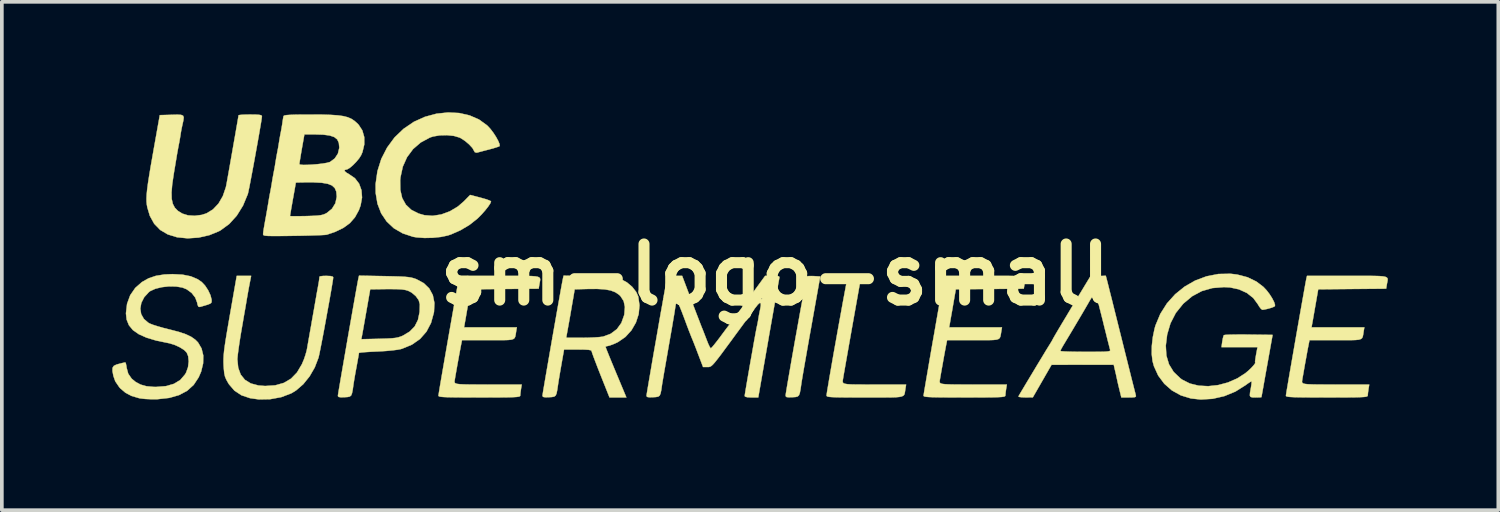
<source format=kicad_pcb>
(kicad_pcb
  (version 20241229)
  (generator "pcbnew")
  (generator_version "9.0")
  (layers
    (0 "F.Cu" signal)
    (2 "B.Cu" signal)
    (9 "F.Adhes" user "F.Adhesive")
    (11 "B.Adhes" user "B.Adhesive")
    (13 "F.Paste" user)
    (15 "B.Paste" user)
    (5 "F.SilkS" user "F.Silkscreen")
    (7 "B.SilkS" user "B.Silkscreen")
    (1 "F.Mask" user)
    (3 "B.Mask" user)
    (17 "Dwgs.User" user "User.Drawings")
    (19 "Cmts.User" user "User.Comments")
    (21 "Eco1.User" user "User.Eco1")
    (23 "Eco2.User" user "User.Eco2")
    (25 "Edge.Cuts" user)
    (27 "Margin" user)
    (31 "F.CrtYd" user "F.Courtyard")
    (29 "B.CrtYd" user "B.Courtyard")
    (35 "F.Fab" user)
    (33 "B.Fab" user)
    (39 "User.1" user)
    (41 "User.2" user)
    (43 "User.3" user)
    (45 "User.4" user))
  (footprint "sm-logo-small"
    (layer "F.Cu")
    (at 18.034 4.411)
    (property "Reference" "sm-logo-small" (at 0 0 0) (layer "F.SilkS") (effects (font (size 1.524 1.524) (thickness 0.3))))
    (attr through_hole)
    (fp_poly (pts (xy 1.022 0.038) (xy 1.194 0.048) (xy 0.948 1.429) (xy 0.895 1.722) (xy 0.846 2.001) (xy 0.801 2.258) (xy 0.761 2.485) (xy 0.728 2.676) (xy 0.703 2.824) (xy 0.687 2.921) (xy 0.682 2.953) (xy 0.66 3.108) (xy 0.64 3.212) (xy 0.616 3.275) (xy 0.58 3.308) (xy 0.525 3.322) (xy 0.443 3.327) (xy 0.435 3.327) (xy 0.332 3.33) (xy 0.277 3.322) (xy 0.257 3.3) (xy 0.255 3.28) (xy 0.26 3.234) (xy 0.276 3.135) (xy 0.3 2.989) (xy 0.332 2.803) (xy 0.37 2.585) (xy 0.412 2.341) (xy 0.458 2.08) (xy 0.506 1.808) (xy 0.556 1.532) (xy 0.605 1.259) (xy 0.652 0.997) (xy 0.697 0.753) (xy 0.737 0.533) (xy 0.772 0.346) (xy 0.8 0.198) (xy 0.821 0.096) (xy 0.832 0.048) (xy 0.833 0.045) (xy 0.872 0.038) (xy 0.953 0.036) (xy 1.022 0.038)) (stroke (width 0.01) (type solid)) (fill yes) (layer "F.SilkS"))
    (fp_poly (pts (xy 2.133 0.038) (xy 2.305 0.048) (xy 2.059 1.429) (xy 2.008 1.718) (xy 1.96 1.989) (xy 1.917 2.234) (xy 1.879 2.449) (xy 1.848 2.625) (xy 1.825 2.756) (xy 1.812 2.836) (xy 1.808 2.857) (xy 1.804 2.895) (xy 1.808 2.924) (xy 1.825 2.946) (xy 1.862 2.962) (xy 1.928 2.973) (xy 2.028 2.98) (xy 2.169 2.983) (xy 2.358 2.984) (xy 2.602 2.985) (xy 2.668 2.985) (xy 3.527 2.985) (xy 3.507 3.104) (xy 3.498 3.166) (xy 3.49 3.216) (xy 3.478 3.256) (xy 3.453 3.285) (xy 3.41 3.306) (xy 3.343 3.32) (xy 3.244 3.329) (xy 3.108 3.333) (xy 2.928 3.334) (xy 2.697 3.334) (xy 2.411 3.334) (xy 2.125 3.334) (xy 1.897 3.333) (xy 1.719 3.331) (xy 1.586 3.328) (xy 1.491 3.323) (xy 1.428 3.317) (xy 1.39 3.308) (xy 1.372 3.297) (xy 1.366 3.282) (xy 1.366 3.278) (xy 1.372 3.233) (xy 1.387 3.134) (xy 1.412 2.988) (xy 1.443 2.802) (xy 1.481 2.584) (xy 1.523 2.341) (xy 1.569 2.079) (xy 1.618 1.807) (xy 1.667 1.531) (xy 1.716 1.259) (xy 1.764 0.997) (xy 1.808 0.752) (xy 1.849 0.533) (xy 1.884 0.346) (xy 1.912 0.198) (xy 1.932 0.096) (xy 1.943 0.048) (xy 1.944 0.045) (xy 1.983 0.038) (xy 2.064 0.036) (xy 2.133 0.038)) (stroke (width 0.01) (type solid)) (fill yes) (layer "F.SilkS"))
    (fp_poly (pts (xy -8.612 -4.391) (xy -8.329 -4.326) (xy -8.074 -4.215) (xy -7.856 -4.057) (xy -7.844 -4.046) (xy -7.765 -3.961) (xy -7.685 -3.856) (xy -7.612 -3.744) (xy -7.554 -3.638) (xy -7.518 -3.552) (xy -7.512 -3.498) (xy -7.516 -3.491) (xy -7.556 -3.474) (xy -7.642 -3.446) (xy -7.759 -3.413) (xy -7.811 -3.399) (xy -7.939 -3.366) (xy -8.048 -3.337) (xy -8.12 -3.318) (xy -8.133 -3.314) (xy -8.186 -3.326) (xy -8.206 -3.36) (xy -8.253 -3.443) (xy -8.341 -3.538) (xy -8.45 -3.631) (xy -8.564 -3.706) (xy -8.602 -3.725) (xy -8.755 -3.77) (xy -8.943 -3.79) (xy -9.139 -3.785) (xy -9.32 -3.754) (xy -9.404 -3.727) (xy -9.656 -3.592) (xy -9.865 -3.412) (xy -10.029 -3.191) (xy -10.144 -2.934) (xy -10.207 -2.644) (xy -10.215 -2.565) (xy -10.211 -2.302) (xy -10.16 -2.081) (xy -10.06 -1.901) (xy -9.912 -1.761) (xy -9.714 -1.661) (xy -9.556 -1.616) (xy -9.333 -1.599) (xy -9.098 -1.636) (xy -8.865 -1.722) (xy -8.646 -1.853) (xy -8.483 -1.994) (xy -8.315 -2.166) (xy -8.031 -2.092) (xy -7.907 -2.057) (xy -7.811 -2.024) (xy -7.755 -1.999) (xy -7.747 -1.991) (xy -7.768 -1.936) (xy -7.825 -1.85) (xy -7.908 -1.745) (xy -8.007 -1.633) (xy -8.112 -1.528) (xy -8.12 -1.521) (xy -8.33 -1.355) (xy -8.576 -1.208) (xy -8.832 -1.095) (xy -8.922 -1.065) (xy -9.108 -1.026) (xy -9.327 -1.003) (xy -9.554 -0.998) (xy -9.762 -1.013) (xy -9.866 -1.03) (xy -10.147 -1.123) (xy -10.387 -1.262) (xy -10.582 -1.445) (xy -10.731 -1.667) (xy -10.831 -1.926) (xy -10.88 -2.218) (xy -10.882 -2.461) (xy -10.832 -2.813) (xy -10.727 -3.146) (xy -10.57 -3.452) (xy -10.368 -3.727) (xy -10.123 -3.962) (xy -9.842 -4.153) (xy -9.542 -4.288) (xy -9.227 -4.373) (xy -8.914 -4.406) (xy -8.612 -4.391)) (stroke (width 0.01) (type solid)) (fill yes) (layer "F.SilkS"))
    (fp_poly (pts (xy -6.785 0.033) (xy -6.644 0.037) (xy -6.542 0.045) (xy -6.473 0.058) (xy -6.433 0.078) (xy -6.415 0.105) (xy -6.412 0.142) (xy -6.42 0.189) (xy -6.431 0.247) (xy -6.434 0.261) (xy -6.453 0.38) (xy -7.376 0.388) (xy -8.299 0.397) (xy -8.371 0.81) (xy -8.4 0.974) (xy -8.426 1.124) (xy -8.447 1.245) (xy -8.461 1.321) (xy -8.461 1.326) (xy -8.48 1.429) (xy -7.046 1.429) (xy -7.066 1.548) (xy -7.077 1.622) (xy -7.088 1.678) (xy -7.106 1.719) (xy -7.14 1.747) (xy -7.197 1.765) (xy -7.286 1.774) (xy -7.414 1.778) (xy -7.589 1.778) (xy -7.82 1.778) (xy -8.536 1.778) (xy -8.569 1.945) (xy -8.585 2.03) (xy -8.608 2.152) (xy -8.634 2.296) (xy -8.662 2.449) (xy -8.688 2.598) (xy -8.711 2.729) (xy -8.728 2.829) (xy -8.737 2.884) (xy -8.738 2.889) (xy -8.738 2.917) (xy -8.729 2.938) (xy -8.704 2.955) (xy -8.657 2.967) (xy -8.581 2.975) (xy -8.47 2.98) (xy -8.315 2.983) (xy -8.112 2.984) (xy -7.852 2.984) (xy -7.822 2.985) (xy -6.913 2.985) (xy -6.933 3.104) (xy -6.946 3.197) (xy -6.953 3.271) (xy -6.953 3.278) (xy -6.956 3.293) (xy -6.971 3.305) (xy -7.003 3.314) (xy -7.058 3.321) (xy -7.142 3.326) (xy -7.263 3.33) (xy -7.424 3.332) (xy -7.634 3.333) (xy -7.898 3.334) (xy -8.065 3.334) (xy -8.363 3.333) (xy -8.605 3.332) (xy -8.794 3.33) (xy -8.938 3.327) (xy -9.042 3.322) (xy -9.111 3.316) (xy -9.153 3.307) (xy -9.172 3.296) (xy -9.176 3.287) (xy -9.17 3.249) (xy -9.155 3.155) (xy -9.132 3.014) (xy -9.101 2.832) (xy -9.064 2.617) (xy -9.022 2.376) (xy -8.977 2.116) (xy -8.93 1.845) (xy -8.882 1.57) (xy -8.834 1.298) (xy -8.788 1.036) (xy -8.745 0.793) (xy -8.706 0.575) (xy -8.673 0.389) (xy -8.646 0.243) (xy -8.628 0.144) (xy -8.62 0.103) (xy -8.603 0.032) (xy -7.508 0.032) (xy -7.212 0.031) (xy -6.973 0.031) (xy -6.785 0.033)) (stroke (width 0.01) (type solid)) (fill yes) (layer "F.SilkS"))
    (fp_poly (pts (xy 6.391 0.033) (xy 6.533 0.037) (xy 6.635 0.045) (xy 6.703 0.058) (xy 6.743 0.078) (xy 6.762 0.105) (xy 6.764 0.142) (xy 6.757 0.189) (xy 6.745 0.247) (xy 6.742 0.261) (xy 6.723 0.38) (xy 5.8 0.388) (xy 4.877 0.397) (xy 4.805 0.81) (xy 4.777 0.974) (xy 4.75 1.124) (xy 4.729 1.245) (xy 4.716 1.321) (xy 4.715 1.326) (xy 4.696 1.429) (xy 6.131 1.429) (xy 6.111 1.548) (xy 6.099 1.622) (xy 6.088 1.678) (xy 6.07 1.719) (xy 6.036 1.747) (xy 5.979 1.765) (xy 5.89 1.774) (xy 5.762 1.778) (xy 5.587 1.778) (xy 5.356 1.778) (xy 4.64 1.778) (xy 4.607 1.945) (xy 4.591 2.03) (xy 4.568 2.152) (xy 4.542 2.296) (xy 4.515 2.449) (xy 4.488 2.598) (xy 4.465 2.729) (xy 4.448 2.829) (xy 4.439 2.884) (xy 4.438 2.889) (xy 4.439 2.917) (xy 4.448 2.938) (xy 4.472 2.955) (xy 4.519 2.967) (xy 4.595 2.975) (xy 4.707 2.98) (xy 4.861 2.983) (xy 5.064 2.984) (xy 5.324 2.984) (xy 5.354 2.985) (xy 6.263 2.985) (xy 6.243 3.104) (xy 6.23 3.197) (xy 6.224 3.271) (xy 6.223 3.278) (xy 6.22 3.293) (xy 6.205 3.305) (xy 6.173 3.314) (xy 6.118 3.321) (xy 6.034 3.326) (xy 5.914 3.33) (xy 5.752 3.332) (xy 5.542 3.333) (xy 5.278 3.334) (xy 5.112 3.334) (xy 4.813 3.333) (xy 4.572 3.332) (xy 4.382 3.33) (xy 4.238 3.327) (xy 4.135 3.322) (xy 4.065 3.316) (xy 4.023 3.307) (xy 4.004 3.296) (xy 4 3.287) (xy 4.006 3.249) (xy 4.021 3.155) (xy 4.045 3.014) (xy 4.076 2.832) (xy 4.113 2.617) (xy 4.154 2.376) (xy 4.199 2.116) (xy 4.246 1.845) (xy 4.295 1.57) (xy 4.342 1.298) (xy 4.388 1.036) (xy 4.431 0.793) (xy 4.47 0.575) (xy 4.503 0.389) (xy 4.53 0.243) (xy 4.548 0.144) (xy 4.557 0.103) (xy 4.573 0.032) (xy 5.668 0.032) (xy 5.965 0.031) (xy 6.204 0.031) (xy 6.391 0.033)) (stroke (width 0.01) (type solid)) (fill yes) (layer "F.SilkS"))
    (fp_poly (pts (xy 16.233 0.033) (xy 16.375 0.037) (xy 16.477 0.045) (xy 16.545 0.058) (xy 16.586 0.078) (xy 16.604 0.105) (xy 16.607 0.142) (xy 16.599 0.189) (xy 16.587 0.247) (xy 16.585 0.261) (xy 16.565 0.38) (xy 15.643 0.388) (xy 14.72 0.397) (xy 14.648 0.81) (xy 14.619 0.974) (xy 14.593 1.124) (xy 14.572 1.245) (xy 14.558 1.321) (xy 14.557 1.326) (xy 14.539 1.429) (xy 15.973 1.429) (xy 15.953 1.548) (xy 15.942 1.622) (xy 15.931 1.678) (xy 15.913 1.719) (xy 15.879 1.747) (xy 15.822 1.765) (xy 15.733 1.774) (xy 15.605 1.778) (xy 15.429 1.778) (xy 15.199 1.778) (xy 14.483 1.778) (xy 14.45 1.945) (xy 14.433 2.03) (xy 14.411 2.152) (xy 14.385 2.296) (xy 14.357 2.449) (xy 14.331 2.598) (xy 14.308 2.729) (xy 14.29 2.829) (xy 14.282 2.884) (xy 14.281 2.889) (xy 14.281 2.917) (xy 14.29 2.938) (xy 14.315 2.955) (xy 14.362 2.967) (xy 14.437 2.975) (xy 14.549 2.98) (xy 14.703 2.983) (xy 14.907 2.984) (xy 15.167 2.984) (xy 15.197 2.985) (xy 16.106 2.985) (xy 16.086 3.104) (xy 16.073 3.197) (xy 16.066 3.271) (xy 16.066 3.278) (xy 16.062 3.293) (xy 16.048 3.305) (xy 16.016 3.314) (xy 15.961 3.321) (xy 15.876 3.326) (xy 15.756 3.33) (xy 15.594 3.332) (xy 15.385 3.333) (xy 15.121 3.334) (xy 14.954 3.334) (xy 14.655 3.333) (xy 14.414 3.332) (xy 14.225 3.33) (xy 14.081 3.327) (xy 13.977 3.322) (xy 13.907 3.316) (xy 13.866 3.307) (xy 13.846 3.296) (xy 13.843 3.287) (xy 13.848 3.249) (xy 13.863 3.155) (xy 13.887 3.014) (xy 13.918 2.832) (xy 13.955 2.617) (xy 13.997 2.376) (xy 14.042 2.116) (xy 14.089 1.845) (xy 14.137 1.57) (xy 14.185 1.298) (xy 14.231 1.036) (xy 14.274 0.793) (xy 14.313 0.575) (xy 14.346 0.389) (xy 14.372 0.243) (xy 14.391 0.144) (xy 14.399 0.103) (xy 14.416 0.032) (xy 15.51 0.032) (xy 15.807 0.031) (xy 16.046 0.031) (xy 16.233 0.033)) (stroke (width 0.01) (type solid)) (fill yes) (layer "F.SilkS"))
    (fp_poly (pts (xy -14.308 0.262) (xy -14.333 0.394) (xy -14.355 0.517) (xy -14.37 0.603) (xy -14.381 0.666) (xy -14.4 0.781) (xy -14.427 0.938) (xy -14.46 1.124) (xy -14.495 1.331) (xy -14.512 1.427) (xy -14.549 1.642) (xy -14.581 1.846) (xy -14.607 2.028) (xy -14.626 2.174) (xy -14.636 2.275) (xy -14.637 2.3) (xy -14.614 2.529) (xy -14.546 2.714) (xy -14.432 2.855) (xy -14.271 2.954) (xy -14.064 3.009) (xy -13.882 3.023) (xy -13.608 3.005) (xy -13.375 2.939) (xy -13.18 2.824) (xy -13.018 2.657) (xy -12.886 2.435) (xy -12.827 2.296) (xy -12.788 2.18) (xy -12.757 2.071) (xy -12.747 2.024) (xy -12.736 1.961) (xy -12.716 1.847) (xy -12.689 1.694) (xy -12.657 1.513) (xy -12.622 1.317) (xy -12.62 1.302) (xy -12.585 1.105) (xy -12.553 0.924) (xy -12.526 0.77) (xy -12.506 0.655) (xy -12.494 0.59) (xy -12.494 0.587) (xy -12.48 0.505) (xy -12.458 0.389) (xy -12.44 0.286) (xy -12.421 0.177) (xy -12.41 0.094) (xy -12.408 0.056) (xy -12.383 0.043) (xy -12.31 0.034) (xy -12.224 0.032) (xy -12.105 0.037) (xy -12.044 0.054) (xy -12.034 0.071) (xy -12.039 0.123) (xy -12.056 0.227) (xy -12.08 0.375) (xy -12.112 0.558) (xy -12.149 0.767) (xy -12.19 0.991) (xy -12.232 1.223) (xy -12.274 1.452) (xy -12.315 1.67) (xy -12.353 1.867) (xy -12.386 2.034) (xy -12.412 2.161) (xy -12.43 2.241) (xy -12.433 2.253) (xy -12.535 2.518) (xy -12.676 2.762) (xy -12.847 2.974) (xy -13.041 3.142) (xy -13.172 3.222) (xy -13.446 3.326) (xy -13.745 3.381) (xy -14.053 3.387) (xy -14.293 3.353) (xy -14.525 3.275) (xy -14.715 3.15) (xy -14.864 2.977) (xy -14.886 2.942) (xy -14.939 2.847) (xy -14.973 2.765) (xy -14.993 2.674) (xy -15.005 2.553) (xy -15.011 2.459) (xy -15.014 2.37) (xy -15.013 2.281) (xy -15.008 2.184) (xy -14.997 2.07) (xy -14.979 1.932) (xy -14.953 1.761) (xy -14.918 1.549) (xy -14.873 1.287) (xy -14.84 1.096) (xy -14.654 0.032) (xy -14.263 0.032) (xy -14.308 0.262)) (stroke (width 0.01) (type solid)) (fill yes) (layer "F.SilkS"))
    (fp_poly (pts (xy -10.643 0.039) (xy -10.411 0.044) (xy -10.232 0.049) (xy -10.096 0.056) (xy -9.993 0.066) (xy -9.913 0.079) (xy -9.845 0.097) (xy -9.779 0.12) (xy -9.774 0.122) (xy -9.574 0.23) (xy -9.425 0.375) (xy -9.328 0.555) (xy -9.285 0.767) (xy -9.296 1.008) (xy -9.3 1.031) (xy -9.377 1.31) (xy -9.502 1.548) (xy -9.675 1.745) (xy -9.895 1.899) (xy -10.162 2.01) (xy -10.203 2.022) (xy -10.294 2.039) (xy -10.432 2.056) (xy -10.6 2.072) (xy -10.784 2.083) (xy -10.851 2.086) (xy -11.018 2.094) (xy -11.16 2.103) (xy -11.266 2.112) (xy -11.326 2.121) (xy -11.335 2.126) (xy -11.34 2.164) (xy -11.355 2.25) (xy -11.377 2.373) (xy -11.399 2.494) (xy -11.428 2.65) (xy -11.454 2.796) (xy -11.473 2.913) (xy -11.482 2.969) (xy -11.503 3.12) (xy -11.523 3.22) (xy -11.547 3.28) (xy -11.585 3.31) (xy -11.642 3.322) (xy -11.725 3.327) (xy -11.831 3.33) (xy -11.887 3.32) (xy -11.906 3.296) (xy -11.906 3.289) (xy -11.901 3.25) (xy -11.886 3.156) (xy -11.862 3.015) (xy -11.831 2.832) (xy -11.794 2.617) (xy -11.752 2.375) (xy -11.707 2.115) (xy -11.66 1.844) (xy -11.644 1.752) (xy -11.271 1.752) (xy -10.787 1.741) (xy -10.593 1.735) (xy -10.45 1.728) (xy -10.344 1.717) (xy -10.262 1.7) (xy -10.192 1.677) (xy -10.144 1.657) (xy -9.958 1.546) (xy -9.821 1.406) (xy -9.732 1.229) (xy -9.687 1.013) (xy -9.681 0.803) (xy -9.712 0.691) (xy -9.792 0.58) (xy -9.905 0.485) (xy -10 0.436) (xy -10.073 0.415) (xy -10.168 0.4) (xy -10.297 0.393) (xy -10.471 0.391) (xy -10.579 0.391) (xy -11.029 0.397) (xy -11.132 0.984) (xy -11.166 1.176) (xy -11.197 1.351) (xy -11.223 1.499) (xy -11.243 1.607) (xy -11.253 1.662) (xy -11.271 1.752) (xy -11.644 1.752) (xy -11.612 1.568) (xy -11.564 1.296) (xy -11.518 1.034) (xy -11.475 0.791) (xy -11.436 0.572) (xy -11.403 0.386) (xy -11.376 0.24) (xy -11.358 0.141) (xy -11.349 0.1) (xy -11.332 0.026) (xy -10.643 0.039)) (stroke (width 0.01) (type solid)) (fill yes) (layer "F.SilkS"))
    (fp_poly (pts (xy -14.139 -4.348) (xy -14.044 -4.342) (xy -13.992 -4.331) (xy -13.972 -4.312) (xy -13.97 -4.302) (xy -13.976 -4.252) (xy -13.991 -4.149) (xy -14.016 -4.002) (xy -14.047 -3.821) (xy -14.083 -3.616) (xy -14.123 -3.394) (xy -14.164 -3.167) (xy -14.205 -2.943) (xy -14.245 -2.731) (xy -14.281 -2.541) (xy -14.311 -2.383) (xy -14.336 -2.266) (xy -14.351 -2.198) (xy -14.353 -2.191) (xy -14.484 -1.876) (xy -14.653 -1.604) (xy -14.857 -1.379) (xy -15.092 -1.206) (xy -15.137 -1.181) (xy -15.399 -1.074) (xy -15.689 -1.008) (xy -15.988 -0.988) (xy -16.273 -1.017) (xy -16.275 -1.017) (xy -16.526 -1.094) (xy -16.733 -1.216) (xy -16.896 -1.384) (xy -17.014 -1.598) (xy -17.082 -1.825) (xy -17.096 -1.902) (xy -17.104 -1.983) (xy -17.105 -2.073) (xy -17.1 -2.181) (xy -17.087 -2.312) (xy -17.066 -2.474) (xy -17.035 -2.673) (xy -16.995 -2.918) (xy -16.943 -3.214) (xy -16.911 -3.397) (xy -16.744 -4.334) (xy -16.421 -4.343) (xy -16.266 -4.347) (xy -16.166 -4.341) (xy -16.112 -4.319) (xy -16.094 -4.271) (xy -16.104 -4.189) (xy -16.13 -4.072) (xy -16.155 -3.953) (xy -16.176 -3.835) (xy -16.178 -3.818) (xy -16.195 -3.712) (xy -16.217 -3.587) (xy -16.227 -3.538) (xy -16.238 -3.48) (xy -16.247 -3.431) (xy -16.256 -3.382) (xy -16.267 -3.322) (xy -16.281 -3.242) (xy -16.299 -3.132) (xy -16.324 -2.981) (xy -16.358 -2.78) (xy -16.367 -2.723) (xy -16.407 -2.452) (xy -16.425 -2.234) (xy -16.421 -2.061) (xy -16.391 -1.925) (xy -16.335 -1.818) (xy -16.251 -1.733) (xy -16.138 -1.663) (xy -16.133 -1.66) (xy -15.979 -1.612) (xy -15.796 -1.6) (xy -15.607 -1.624) (xy -15.478 -1.665) (xy -15.301 -1.772) (xy -15.15 -1.931) (xy -15.032 -2.134) (xy -14.95 -2.373) (xy -14.938 -2.429) (xy -14.926 -2.493) (xy -14.906 -2.605) (xy -14.879 -2.755) (xy -14.847 -2.935) (xy -14.812 -3.135) (xy -14.775 -3.346) (xy -14.738 -3.558) (xy -14.702 -3.761) (xy -14.67 -3.947) (xy -14.642 -4.106) (xy -14.621 -4.229) (xy -14.608 -4.306) (xy -14.605 -4.329) (xy -14.575 -4.338) (xy -14.496 -4.345) (xy -14.38 -4.349) (xy -14.287 -4.35) (xy -14.139 -4.348)) (stroke (width 0.01) (type solid)) (fill yes) (layer "F.SilkS"))
    (fp_poly (pts (xy -5.087 0.039) (xy -4.854 0.044) (xy -4.675 0.049) (xy -4.54 0.056) (xy -4.437 0.066) (xy -4.356 0.079) (xy -4.289 0.097) (xy -4.223 0.12) (xy -4.218 0.122) (xy -4.056 0.209) (xy -3.913 0.33) (xy -3.804 0.47) (xy -3.749 0.592) (xy -3.715 0.83) (xy -3.737 1.069) (xy -3.812 1.3) (xy -3.934 1.511) (xy -4.097 1.69) (xy -4.297 1.828) (xy -4.332 1.846) (xy -4.439 1.893) (xy -4.529 1.925) (xy -4.58 1.937) (xy -4.627 1.948) (xy -4.636 1.961) (xy -4.624 1.996) (xy -4.591 2.08) (xy -4.54 2.207) (xy -4.475 2.366) (xy -4.399 2.549) (xy -4.353 2.659) (xy -4.071 3.334) (xy -4.529 3.334) (xy -4.773 2.722) (xy -4.846 2.537) (xy -4.91 2.37) (xy -4.963 2.231) (xy -4.999 2.13) (xy -5.016 2.076) (xy -5.016 2.071) (xy -5.035 2.053) (xy -5.095 2.041) (xy -5.204 2.034) (xy -5.368 2.032) (xy -5.39 2.032) (xy -5.764 2.032) (xy -5.838 2.453) (xy -5.867 2.619) (xy -5.893 2.773) (xy -5.914 2.898) (xy -5.926 2.978) (xy -5.927 2.985) (xy -5.949 3.132) (xy -5.968 3.228) (xy -5.994 3.284) (xy -6.034 3.312) (xy -6.097 3.323) (xy -6.169 3.327) (xy -6.274 3.33) (xy -6.33 3.32) (xy -6.349 3.296) (xy -6.35 3.289) (xy -6.345 3.25) (xy -6.33 3.156) (xy -6.306 3.015) (xy -6.275 2.832) (xy -6.238 2.617) (xy -6.196 2.375) (xy -6.151 2.115) (xy -6.104 1.844) (xy -6.081 1.714) (xy -5.706 1.714) (xy -5.274 1.714) (xy -5.1 1.711) (xy -4.936 1.704) (xy -4.799 1.694) (xy -4.707 1.682) (xy -4.699 1.68) (xy -4.495 1.604) (xy -4.329 1.479) (xy -4.207 1.31) (xy -4.132 1.101) (xy -4.126 1.071) (xy -4.111 0.875) (xy -4.145 0.715) (xy -4.23 0.583) (xy -4.269 0.545) (xy -4.37 0.477) (xy -4.497 0.428) (xy -4.661 0.398) (xy -4.869 0.386) (xy -5.095 0.387) (xy -5.475 0.397) (xy -5.515 0.635) (xy -5.537 0.761) (xy -5.566 0.928) (xy -5.598 1.114) (xy -5.63 1.294) (xy -5.706 1.714) (xy -6.081 1.714) (xy -6.056 1.568) (xy -6.008 1.296) (xy -5.962 1.034) (xy -5.919 0.791) (xy -5.88 0.572) (xy -5.847 0.386) (xy -5.82 0.24) (xy -5.801 0.141) (xy -5.793 0.1) (xy -5.776 0.026) (xy -5.087 0.039)) (stroke (width 0.01) (type solid)) (fill yes) (layer "F.SilkS"))
    (fp_poly (pts (xy 8.982 0.149) (xy 8.996 0.204) (xy 9.024 0.314) (xy 9.063 0.472) (xy 9.114 0.671) (xy 9.172 0.906) (xy 9.238 1.17) (xy 9.309 1.455) (xy 9.382 1.746) (xy 9.456 2.044) (xy 9.526 2.323) (xy 9.59 2.579) (xy 9.646 2.804) (xy 9.694 2.993) (xy 9.731 3.139) (xy 9.756 3.236) (xy 9.766 3.278) (xy 9.767 3.278) (xy 9.768 3.308) (xy 9.743 3.325) (xy 9.677 3.332) (xy 9.578 3.334) (xy 9.373 3.334) (xy 9.32 3.118) (xy 9.292 3.003) (xy 9.27 2.909) (xy 9.259 2.856) (xy 9.259 2.856) (xy 9.247 2.801) (xy 9.227 2.708) (xy 9.208 2.627) (xy 9.166 2.445) (xy 8.321 2.446) (xy 7.477 2.447) (xy 7.223 2.889) (xy 6.969 3.331) (xy 6.768 3.333) (xy 6.667 3.329) (xy 6.598 3.32) (xy 6.578 3.307) (xy 6.596 3.274) (xy 6.642 3.195) (xy 6.711 3.08) (xy 6.796 2.937) (xy 6.893 2.776) (xy 6.996 2.605) (xy 7.099 2.433) (xy 7.199 2.269) (xy 7.288 2.121) (xy 7.318 2.072) (xy 7.717 2.072) (xy 7.746 2.079) (xy 7.831 2.085) (xy 7.96 2.09) (xy 8.126 2.093) (xy 8.318 2.095) (xy 8.4 2.095) (xy 8.625 2.095) (xy 8.795 2.094) (xy 8.916 2.091) (xy 8.997 2.085) (xy 9.044 2.077) (xy 9.066 2.065) (xy 9.07 2.049) (xy 9.068 2.04) (xy 9.056 1.994) (xy 9.031 1.896) (xy 8.995 1.756) (xy 8.952 1.581) (xy 8.902 1.383) (xy 8.871 1.254) (xy 8.819 1.048) (xy 8.772 0.863) (xy 8.733 0.709) (xy 8.702 0.592) (xy 8.682 0.524) (xy 8.677 0.508) (xy 8.651 0.519) (xy 8.605 0.57) (xy 8.551 0.644) (xy 8.501 0.727) (xy 8.499 0.73) (xy 8.471 0.78) (xy 8.416 0.874) (xy 8.34 1.005) (xy 8.247 1.163) (xy 8.143 1.338) (xy 8.034 1.522) (xy 7.925 1.704) (xy 7.821 1.877) (xy 7.788 1.932) (xy 7.744 2.009) (xy 7.719 2.062) (xy 7.717 2.072) (xy 7.318 2.072) (xy 7.362 2) (xy 7.416 1.913) (xy 7.437 1.879) (xy 7.487 1.797) (xy 7.522 1.73) (xy 7.546 1.688) (xy 7.598 1.598) (xy 7.674 1.469) (xy 7.77 1.308) (xy 7.882 1.122) (xy 8.004 0.918) (xy 8.041 0.857) (xy 8.53 0.048) (xy 8.74 0.038) (xy 8.95 0.029) (xy 8.982 0.149)) (stroke (width 0.01) (type solid)) (fill yes) (layer "F.SilkS"))
    (fp_poly (pts (xy -16.126 -0.001) (xy -15.902 0.044) (xy -15.717 0.122) (xy -15.604 0.2) (xy -15.514 0.296) (xy -15.431 0.423) (xy -15.368 0.557) (xy -15.337 0.677) (xy -15.336 0.701) (xy -15.337 0.739) (xy -15.348 0.766) (xy -15.379 0.788) (xy -15.442 0.813) (xy -15.548 0.845) (xy -15.656 0.876) (xy -15.693 0.87) (xy -15.717 0.82) (xy -15.729 0.758) (xy -15.781 0.62) (xy -15.88 0.494) (xy -16.014 0.396) (xy -16.13 0.349) (xy -16.305 0.32) (xy -16.498 0.317) (xy -16.691 0.339) (xy -16.865 0.382) (xy -17.002 0.444) (xy -17.04 0.472) (xy -17.168 0.612) (xy -17.246 0.766) (xy -17.273 0.922) (xy -17.25 1.071) (xy -17.176 1.202) (xy -17.053 1.307) (xy -17.013 1.328) (xy -16.929 1.361) (xy -16.8 1.402) (xy -16.643 1.447) (xy -16.475 1.489) (xy -16.463 1.492) (xy -16.222 1.555) (xy -16.034 1.619) (xy -15.889 1.688) (xy -15.778 1.767) (xy -15.706 1.84) (xy -15.61 2.003) (xy -15.563 2.195) (xy -15.567 2.408) (xy -15.621 2.632) (xy -15.689 2.789) (xy -15.824 2.993) (xy -16.001 3.153) (xy -16.222 3.27) (xy -16.487 3.346) (xy -16.801 3.381) (xy -16.828 3.382) (xy -16.985 3.382) (xy -17.141 3.375) (xy -17.27 3.36) (xy -17.304 3.354) (xy -17.511 3.293) (xy -17.674 3.208) (xy -17.813 3.09) (xy -17.843 3.057) (xy -17.953 2.896) (xy -18.004 2.75) (xy -18.029 2.618) (xy -18.027 2.531) (xy -17.993 2.477) (xy -17.92 2.441) (xy -17.859 2.424) (xy -17.765 2.4) (xy -17.699 2.385) (xy -17.681 2.382) (xy -17.666 2.41) (xy -17.651 2.482) (xy -17.645 2.528) (xy -17.601 2.69) (xy -17.508 2.824) (xy -17.4 2.913) (xy -17.265 2.985) (xy -17.109 3.029) (xy -16.916 3.047) (xy -16.841 3.048) (xy -16.577 3.027) (xy -16.359 2.964) (xy -16.187 2.859) (xy -16.059 2.71) (xy -16.028 2.656) (xy -15.977 2.512) (xy -15.958 2.356) (xy -15.973 2.212) (xy -16.013 2.115) (xy -16.084 2.044) (xy -16.198 1.972) (xy -16.335 1.909) (xy -16.473 1.865) (xy -16.51 1.857) (xy -16.837 1.79) (xy -17.104 1.71) (xy -17.316 1.615) (xy -17.474 1.504) (xy -17.582 1.373) (xy -17.644 1.22) (xy -17.663 1.05) (xy -17.633 0.791) (xy -17.548 0.559) (xy -17.41 0.359) (xy -17.229 0.2) (xy -17.048 0.098) (xy -16.849 0.031) (xy -16.619 -0.006) (xy -16.399 -0.015) (xy -16.126 -0.001)) (stroke (width 0.01) (type solid)) (fill yes) (layer "F.SilkS"))
    (fp_poly (pts (xy 12.522 -0.003) (xy 12.801 0.07) (xy 13.04 0.186) (xy 13.231 0.331) (xy 13.316 0.421) (xy 13.399 0.529) (xy 13.47 0.641) (xy 13.522 0.743) (xy 13.547 0.821) (xy 13.543 0.854) (xy 13.505 0.876) (xy 13.428 0.904) (xy 13.334 0.93) (xy 13.247 0.948) (xy 13.202 0.953) (xy 13.165 0.927) (xy 13.114 0.86) (xy 13.083 0.806) (xy 12.956 0.633) (xy 12.781 0.495) (xy 12.568 0.398) (xy 12.322 0.345) (xy 12.16 0.337) (xy 11.844 0.363) (xy 11.558 0.445) (xy 11.299 0.583) (xy 11.064 0.779) (xy 11.049 0.794) (xy 10.851 1.04) (xy 10.707 1.321) (xy 10.617 1.625) (xy 10.58 1.928) (xy 10.596 2.197) (xy 10.667 2.434) (xy 10.793 2.64) (xy 10.973 2.813) (xy 11.029 2.853) (xy 11.234 2.956) (xy 11.472 3.014) (xy 11.731 3.028) (xy 12 2.999) (xy 12.267 2.928) (xy 12.521 2.817) (xy 12.735 2.68) (xy 12.822 2.608) (xy 12.903 2.531) (xy 12.968 2.46) (xy 13.007 2.406) (xy 13.01 2.382) (xy 13.006 2.381) (xy 13.005 2.353) (xy 13.015 2.278) (xy 13.032 2.175) (xy 13.071 1.968) (xy 12.093 1.968) (xy 12.114 1.818) (xy 12.131 1.724) (xy 12.15 1.658) (xy 12.158 1.642) (xy 12.195 1.635) (xy 12.286 1.63) (xy 12.421 1.627) (xy 12.59 1.625) (xy 12.782 1.626) (xy 12.831 1.627) (xy 13.481 1.635) (xy 13.33 2.477) (xy 13.29 2.699) (xy 13.254 2.9) (xy 13.224 3.071) (xy 13.2 3.205) (xy 13.184 3.292) (xy 13.178 3.326) (xy 13.178 3.326) (xy 13.148 3.33) (xy 13.074 3.333) (xy 13.018 3.334) (xy 12.932 3.332) (xy 12.882 3.319) (xy 12.863 3.281) (xy 12.868 3.206) (xy 12.89 3.082) (xy 12.891 3.079) (xy 12.906 2.983) (xy 12.912 2.917) (xy 12.91 2.898) (xy 12.88 2.909) (xy 12.816 2.95) (xy 12.743 3.003) (xy 12.471 3.174) (xy 12.169 3.298) (xy 11.85 3.371) (xy 11.528 3.39) (xy 11.262 3.361) (xy 10.99 3.278) (xy 10.746 3.143) (xy 10.539 2.961) (xy 10.374 2.74) (xy 10.258 2.485) (xy 10.22 2.346) (xy 10.198 2.157) (xy 10.201 1.933) (xy 10.228 1.694) (xy 10.276 1.463) (xy 10.3 1.379) (xy 10.432 1.063) (xy 10.612 0.779) (xy 10.835 0.531) (xy 11.093 0.323) (xy 11.379 0.159) (xy 11.687 0.044) (xy 12.01 -0.019) (xy 12.341 -0.025) (xy 12.522 -0.003)) (stroke (width 0.01) (type solid)) (fill yes) (layer "F.SilkS"))
    (fp_poly (pts (xy -12.63 -4.349) (xy -12.337 -4.348) (xy -12.1 -4.341) (xy -11.91 -4.328) (xy -11.759 -4.307) (xy -11.638 -4.276) (xy -11.539 -4.233) (xy -11.454 -4.176) (xy -11.374 -4.105) (xy -11.343 -4.072) (xy -11.243 -3.919) (xy -11.191 -3.737) (xy -11.19 -3.538) (xy -11.239 -3.332) (xy -11.275 -3.247) (xy -11.329 -3.161) (xy -11.408 -3.066) (xy -11.497 -2.975) (xy -11.583 -2.902) (xy -11.651 -2.862) (xy -11.671 -2.857) (xy -11.722 -2.845) (xy -11.721 -2.812) (xy -11.669 -2.767) (xy -11.604 -2.73) (xy -11.444 -2.62) (xy -11.331 -2.473) (xy -11.266 -2.295) (xy -11.251 -2.095) (xy -11.29 -1.88) (xy -11.337 -1.752) (xy -11.443 -1.559) (xy -11.581 -1.401) (xy -11.759 -1.271) (xy -11.985 -1.162) (xy -12.208 -1.087) (xy -12.256 -1.081) (xy -12.358 -1.075) (xy -12.506 -1.07) (xy -12.689 -1.064) (xy -12.9 -1.059) (xy -13.105 -1.056) (xy -13.356 -1.052) (xy -13.551 -1.051) (xy -13.697 -1.051) (xy -13.801 -1.053) (xy -13.87 -1.058) (xy -13.911 -1.066) (xy -13.931 -1.078) (xy -13.938 -1.094) (xy -13.938 -1.103) (xy -13.933 -1.158) (xy -13.918 -1.259) (xy -13.895 -1.391) (xy -13.874 -1.51) (xy -13.858 -1.594) (xy -13.208 -1.594) (xy -13.178 -1.59) (xy -13.096 -1.588) (xy -12.974 -1.589) (xy -12.822 -1.591) (xy -12.771 -1.592) (xy -12.591 -1.598) (xy -12.461 -1.605) (xy -12.368 -1.617) (xy -12.298 -1.634) (xy -12.238 -1.66) (xy -12.204 -1.679) (xy -12.067 -1.791) (xy -11.975 -1.94) (xy -11.938 -2.112) (xy -11.938 -2.132) (xy -11.95 -2.258) (xy -11.991 -2.353) (xy -12.066 -2.423) (xy -12.183 -2.469) (xy -12.347 -2.497) (xy -12.565 -2.508) (xy -12.651 -2.508) (xy -12.802 -2.508) (xy -12.926 -2.506) (xy -13.013 -2.504) (xy -13.049 -2.501) (xy -13.049 -2.5) (xy -13.055 -2.468) (xy -13.069 -2.384) (xy -13.091 -2.261) (xy -13.118 -2.11) (xy -13.129 -2.05) (xy -13.157 -1.89) (xy -13.181 -1.754) (xy -13.198 -1.654) (xy -13.207 -1.6) (xy -13.208 -1.594) (xy -13.858 -1.594) (xy -13.846 -1.664) (xy -13.821 -1.805) (xy -13.802 -1.917) (xy -13.793 -1.968) (xy -13.777 -2.069) (xy -13.755 -2.191) (xy -13.745 -2.238) (xy -13.723 -2.358) (xy -13.703 -2.472) (xy -13.698 -2.508) (xy -13.681 -2.609) (xy -13.659 -2.731) (xy -13.65 -2.778) (xy -13.627 -2.897) (xy -13.609 -3.002) (xy -12.954 -3.002) (xy -12.925 -2.988) (xy -12.847 -2.982) (xy -12.734 -2.983) (xy -12.6 -2.99) (xy -12.458 -3.002) (xy -12.324 -3.018) (xy -12.21 -3.037) (xy -12.131 -3.058) (xy -12.119 -3.063) (xy -11.993 -3.156) (xy -11.906 -3.288) (xy -11.869 -3.444) (xy -11.869 -3.46) (xy -11.881 -3.582) (xy -11.924 -3.674) (xy -12.005 -3.739) (xy -12.13 -3.781) (xy -12.305 -3.804) (xy -12.513 -3.81) (xy -12.817 -3.81) (xy -12.886 -3.419) (xy -12.912 -3.268) (xy -12.933 -3.14) (xy -12.948 -3.047) (xy -12.954 -3.003) (xy -12.954 -3.002) (xy -13.609 -3.002) (xy -13.608 -3.012) (xy -13.602 -3.048) (xy -13.586 -3.148) (xy -13.564 -3.27) (xy -13.555 -3.318) (xy -13.532 -3.437) (xy -13.513 -3.551) (xy -13.507 -3.588) (xy -13.491 -3.688) (xy -13.469 -3.81) (xy -13.459 -3.858) (xy -13.436 -3.982) (xy -13.416 -4.105) (xy -13.411 -4.143) (xy -13.397 -4.234) (xy -13.384 -4.301) (xy -13.382 -4.31) (xy -13.362 -4.323) (xy -13.308 -4.334) (xy -13.215 -4.341) (xy -13.076 -4.346) (xy -12.886 -4.349) (xy -12.638 -4.349) (xy -12.63 -4.349)) (stroke (width 0.01) (type solid)) (fill yes) (layer "F.SilkS"))
    (fp_poly (pts (xy -2.556 0.032) (xy -2.307 0.691) (xy -2.232 0.889) (xy -2.162 1.072) (xy -2.101 1.229) (xy -2.054 1.352) (xy -2.024 1.429) (xy -2.017 1.445) (xy -1.986 1.522) (xy -1.942 1.635) (xy -1.894 1.76) (xy -1.89 1.77) (xy -1.847 1.879) (xy -1.808 1.96) (xy -1.782 1.999) (xy -1.778 2) (xy -1.75 1.976) (xy -1.694 1.911) (xy -1.617 1.814) (xy -1.535 1.707) (xy -1.446 1.586) (xy -1.369 1.483) (xy -1.312 1.408) (xy -1.286 1.375) (xy -1.259 1.34) (xy -1.2 1.261) (xy -1.115 1.146) (xy -1.009 1) (xy -0.886 0.834) (xy -0.778 0.685) (xy -0.753 0.651) (xy -0.413 0.651) (xy -0.397 0.667) (xy -0.381 0.651) (xy -0.397 0.635) (xy -0.413 0.651) (xy -0.753 0.651) (xy -0.302 0.032) (xy -0.101 0.032) (xy 0.008 0.034) (xy 0.066 0.043) (xy 0.087 0.062) (xy 0.084 0.087) (xy 0.076 0.129) (xy 0.058 0.226) (xy 0.031 0.374) (xy -0.004 0.567) (xy -0.045 0.797) (xy -0.091 1.059) (xy -0.142 1.347) (xy -0.196 1.654) (xy -0.21 1.738) (xy -0.489 3.334) (xy -0.673 3.334) (xy -0.789 3.328) (xy -0.847 3.311) (xy -0.857 3.293) (xy -0.852 3.252) (xy -0.837 3.158) (xy -0.814 3.022) (xy -0.785 2.851) (xy -0.751 2.656) (xy -0.715 2.448) (xy -0.677 2.234) (xy -0.64 2.026) (xy -0.606 1.832) (xy -0.575 1.662) (xy -0.55 1.527) (xy -0.532 1.435) (xy -0.524 1.397) (xy -0.51 1.336) (xy -0.494 1.245) (xy -0.49 1.222) (xy -0.47 1.101) (xy -0.445 0.977) (xy -0.443 0.968) (xy -0.42 0.843) (xy -0.42 0.775) (xy -0.446 0.764) (xy -0.499 0.81) (xy -0.58 0.913) (xy -0.591 0.929) (xy -0.642 0.999) (xy -0.725 1.112) (xy -0.832 1.258) (xy -0.958 1.43) (xy -1.096 1.617) (xy -1.231 1.802) (xy -1.385 2.01) (xy -1.505 2.173) (xy -1.599 2.295) (xy -1.67 2.384) (xy -1.724 2.444) (xy -1.765 2.48) (xy -1.8 2.5) (xy -1.832 2.507) (xy -1.868 2.508) (xy -1.869 2.508) (xy -1.988 2.508) (xy -2.124 2.151) (xy -2.181 2.001) (xy -2.234 1.865) (xy -2.277 1.758) (xy -2.302 1.699) (xy -2.327 1.635) (xy -2.37 1.526) (xy -2.424 1.384) (xy -2.484 1.222) (xy -2.51 1.152) (xy -2.569 0.997) (xy -2.622 0.866) (xy -2.664 0.771) (xy -2.692 0.72) (xy -2.699 0.715) (xy -2.716 0.752) (xy -2.734 0.831) (xy -2.744 0.892) (xy -2.755 0.966) (xy -2.775 1.092) (xy -2.804 1.261) (xy -2.838 1.464) (xy -2.878 1.69) (xy -2.92 1.93) (xy -2.926 1.964) (xy -2.967 2.202) (xy -3.006 2.425) (xy -3.041 2.623) (xy -3.069 2.787) (xy -3.089 2.908) (xy -3.101 2.978) (xy -3.102 2.985) (xy -3.123 3.132) (xy -3.143 3.228) (xy -3.168 3.284) (xy -3.208 3.312) (xy -3.271 3.323) (xy -3.343 3.327) (xy -3.449 3.33) (xy -3.505 3.32) (xy -3.524 3.296) (xy -3.524 3.289) (xy -3.519 3.25) (xy -3.504 3.157) (xy -3.48 3.015) (xy -3.449 2.833) (xy -3.412 2.618) (xy -3.371 2.376) (xy -3.326 2.116) (xy -3.278 1.845) (xy -3.23 1.57) (xy -3.183 1.298) (xy -3.137 1.036) (xy -3.093 0.793) (xy -3.068 0.651) (xy -2.699 0.651) (xy -2.683 0.667) (xy -2.667 0.651) (xy -2.683 0.635) (xy -2.699 0.651) (xy -3.068 0.651) (xy -3.055 0.574) (xy -3.021 0.388) (xy -2.995 0.243) (xy -2.976 0.144) (xy -2.968 0.103) (xy -2.953 0.064) (xy -2.92 0.042) (xy -2.853 0.033) (xy -2.754 0.032) (xy -2.556 0.032)) (stroke (width 0.01) (type solid)) (fill yes) (layer "F.SilkS")))
  (gr_rect
    (start -3 -3)
    (end 37.646 10.806)
    (stroke (width 0.1) (type default))
    (fill no)
    (layer "Edge.Cuts")))
</source>
